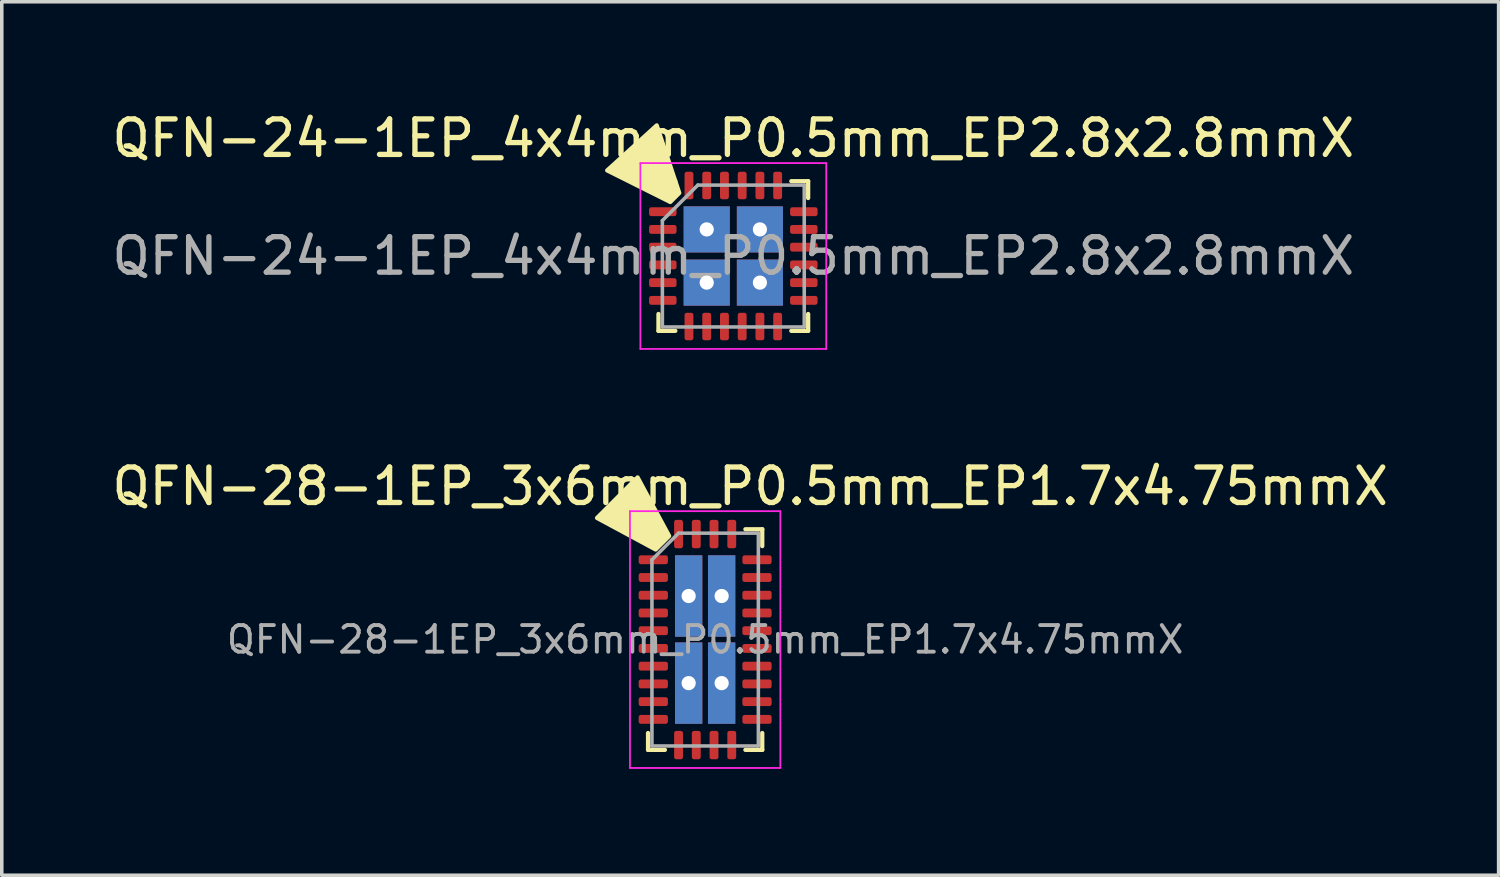
<source format=kicad_pcb>
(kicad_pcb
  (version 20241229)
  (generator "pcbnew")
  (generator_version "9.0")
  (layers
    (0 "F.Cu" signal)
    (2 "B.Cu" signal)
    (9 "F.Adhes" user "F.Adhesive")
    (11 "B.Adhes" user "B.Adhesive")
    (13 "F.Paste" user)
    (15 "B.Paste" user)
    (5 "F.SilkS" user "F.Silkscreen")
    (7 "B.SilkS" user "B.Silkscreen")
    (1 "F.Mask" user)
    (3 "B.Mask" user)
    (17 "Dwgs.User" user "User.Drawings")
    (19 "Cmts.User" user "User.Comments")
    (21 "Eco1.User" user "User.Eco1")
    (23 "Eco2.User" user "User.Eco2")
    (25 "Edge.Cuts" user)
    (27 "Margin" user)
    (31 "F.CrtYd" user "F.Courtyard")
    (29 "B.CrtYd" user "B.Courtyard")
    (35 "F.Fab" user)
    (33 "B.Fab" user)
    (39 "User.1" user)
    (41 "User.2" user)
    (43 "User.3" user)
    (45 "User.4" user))
  (footprint "QFN-24-1EP_4x4mm_P0.5mm_EP2.8x2.8mmX"
    (layer "F.Cu")
    (at 17.625 4.168)
    (property "Reference" "QFN-24-1EP_4x4mm_P0.5mm_EP2.8x2.8mmX" (at 0 -3.32 0) (layer "F.SilkS") (effects (font (size 1 1) (thickness 0.15))))
    (attr smd)
    (fp_line (start -2.11 2.11) (end -2.11 1.635) (stroke (width 0.12) (type solid)) (layer "F.SilkS"))
    (fp_line (start -1.635 -2.11) (end -2.11 -2.11) (stroke (width 0.12) (type solid)) (layer "F.SilkS"))
    (fp_line (start -1.635 2.11) (end -2.11 2.11) (stroke (width 0.12) (type solid)) (layer "F.SilkS"))
    (fp_line (start 1.635 -2.11) (end 2.11 -2.11) (stroke (width 0.12) (type solid)) (layer "F.SilkS"))
    (fp_line (start 1.635 2.11) (end 2.11 2.11) (stroke (width 0.12) (type solid)) (layer "F.SilkS"))
    (fp_line (start 2.11 -2.11) (end 2.11 -1.635) (stroke (width 0.12) (type solid)) (layer "F.SilkS"))
    (fp_line (start 2.11 2.11) (end 2.11 1.635) (stroke (width 0.12) (type solid)) (layer "F.SilkS"))
    (fp_poly (pts (xy -1.524 -1.778) (xy -1.778 -1.524) (xy -3.556 -2.413) (xy -2.159 -3.683)) (stroke (width 0.12) (type solid)) (fill yes) (layer "F.SilkS"))
    (fp_line (start -2.62 -2.62) (end -2.62 2.62) (stroke (width 0.05) (type solid)) (layer "F.CrtYd"))
    (fp_line (start -2.62 2.62) (end 2.62 2.62) (stroke (width 0.05) (type solid)) (layer "F.CrtYd"))
    (fp_line (start 2.62 -2.62) (end -2.62 -2.62) (stroke (width 0.05) (type solid)) (layer "F.CrtYd"))
    (fp_line (start 2.62 2.62) (end 2.62 -2.62) (stroke (width 0.05) (type solid)) (layer "F.CrtYd"))
    (fp_line (start -2 -1) (end -1 -2) (stroke (width 0.1) (type solid)) (layer "F.Fab"))
    (fp_line (start -2 2) (end -2 -1) (stroke (width 0.1) (type solid)) (layer "F.Fab"))
    (fp_line (start -1 -2) (end 2 -2) (stroke (width 0.1) (type solid)) (layer "F.Fab"))
    (fp_line (start 2 -2) (end 2 2) (stroke (width 0.1) (type solid)) (layer "F.Fab"))
    (fp_line (start 2 2) (end -2 2) (stroke (width 0.1) (type solid)) (layer "F.Fab"))
    (fp_text user "${REFERENCE}" (at 0 0 0) (layer "F.Fab") (effects (font (size 1 1) (thickness 0.15))))
    (pad "1" smd roundrect (at -1.988 -1.25) (size 0.775 0.25) (layers "F.Cu" "F.Mask" "F.Paste") (roundrect_rratio 0.25))
    (pad "2" smd roundrect (at -1.988 -0.75) (size 0.775 0.25) (layers "F.Cu" "F.Mask" "F.Paste") (roundrect_rratio 0.25))
    (pad "3" smd roundrect (at -1.988 -0.25) (size 0.775 0.25) (layers "F.Cu" "F.Mask" "F.Paste") (roundrect_rratio 0.25))
    (pad "4" smd roundrect (at -1.988 0.25) (size 0.775 0.25) (layers "F.Cu" "F.Mask" "F.Paste") (roundrect_rratio 0.25))
    (pad "5" smd roundrect (at -1.988 0.75) (size 0.775 0.25) (layers "F.Cu" "F.Mask" "F.Paste") (roundrect_rratio 0.25))
    (pad "6" smd roundrect (at -1.988 1.25) (size 0.775 0.25) (layers "F.Cu" "F.Mask" "F.Paste") (roundrect_rratio 0.25))
    (pad "7" smd roundrect (at -1.25 1.988) (size 0.25 0.775) (layers "F.Cu" "F.Mask" "F.Paste") (roundrect_rratio 0.25))
    (pad "8" smd roundrect (at -0.75 1.988) (size 0.25 0.775) (layers "F.Cu" "F.Mask" "F.Paste") (roundrect_rratio 0.25))
    (pad "9" smd roundrect (at -0.25 1.988) (size 0.25 0.775) (layers "F.Cu" "F.Mask" "F.Paste") (roundrect_rratio 0.25))
    (pad "10" smd roundrect (at 0.25 1.988) (size 0.25 0.775) (layers "F.Cu" "F.Mask" "F.Paste") (roundrect_rratio 0.25))
    (pad "11" smd roundrect (at 0.75 1.988) (size 0.25 0.775) (layers "F.Cu" "F.Mask" "F.Paste") (roundrect_rratio 0.25))
    (pad "12" smd roundrect (at 1.25 1.988) (size 0.25 0.775) (layers "F.Cu" "F.Mask" "F.Paste") (roundrect_rratio 0.25))
    (pad "13" smd roundrect (at 1.988 1.25) (size 0.775 0.25) (layers "F.Cu" "F.Mask" "F.Paste") (roundrect_rratio 0.25))
    (pad "14" smd roundrect (at 1.988 0.75) (size 0.775 0.25) (layers "F.Cu" "F.Mask" "F.Paste") (roundrect_rratio 0.25))
    (pad "15" smd roundrect (at 1.988 0.25) (size 0.775 0.25) (layers "F.Cu" "F.Mask" "F.Paste") (roundrect_rratio 0.25))
    (pad "16" smd roundrect (at 1.988 -0.25) (size 0.775 0.25) (layers "F.Cu" "F.Mask" "F.Paste") (roundrect_rratio 0.25))
    (pad "17" smd roundrect (at 1.988 -0.75) (size 0.775 0.25) (layers "F.Cu" "F.Mask" "F.Paste") (roundrect_rratio 0.25))
    (pad "18" smd roundrect (at 1.988 -1.25) (size 0.775 0.25) (layers "F.Cu" "F.Mask" "F.Paste") (roundrect_rratio 0.25))
    (pad "19" smd roundrect (at 1.25 -1.988) (size 0.25 0.775) (layers "F.Cu" "F.Mask" "F.Paste") (roundrect_rratio 0.25))
    (pad "20" smd roundrect (at 0.75 -1.988) (size 0.25 0.775) (layers "F.Cu" "F.Mask" "F.Paste") (roundrect_rratio 0.25))
    (pad "21" smd roundrect (at 0.25 -1.988) (size 0.25 0.775) (layers "F.Cu" "F.Mask" "F.Paste") (roundrect_rratio 0.25))
    (pad "22" smd roundrect (at -0.25 -1.988) (size 0.25 0.775) (layers "F.Cu" "F.Mask" "F.Paste") (roundrect_rratio 0.25))
    (pad "23" smd roundrect (at -0.75 -1.988) (size 0.25 0.775) (layers "F.Cu" "F.Mask" "F.Paste") (roundrect_rratio 0.25))
    (pad "24" smd roundrect (at -1.25 -1.988) (size 0.25 0.775) (layers "F.Cu" "F.Mask" "F.Paste") (roundrect_rratio 0.25))
    (pad "25" thru_hole rect (at -0.75 -0.75) (size 1.3 1.3) (drill 0.4) (layers "*.Cu" "*.Mask"))
    (pad "26" thru_hole rect (at 0.75 -0.75) (size 1.3 1.3) (drill 0.4) (layers "*.Cu" "*.Mask"))
    (pad "27" thru_hole rect (at 0.75 0.75) (size 1.3 1.3) (drill 0.4) (layers "*.Cu" "*.Mask"))
    (pad "28" thru_hole rect (at -0.75 0.75) (size 1.3 1.3) (drill 0.4) (layers "*.Cu" "*.Mask")))
  (footprint "QFN-28-1EP_3x6mm_P0.5mm_EP1.7x4.75mmX"
    (layer "F.Cu")
    (at 16.831 14.982)
    (property "Reference" "QFN-28-1EP_3x6mm_P0.5mm_EP1.7x4.75mmX" (at 1.27 -4.32 0) (layer "F.SilkS") (effects (font (size 1 1) (thickness 0.15))))
    (attr smd)
    (fp_line (start -1.61 3.11) (end -1.61 2.635) (stroke (width 0.12) (type solid)) (layer "F.SilkS"))
    (fp_line (start -1.135 3.11) (end -1.61 3.11) (stroke (width 0.12) (type solid)) (layer "F.SilkS"))
    (fp_line (start 1.135 -3.11) (end 1.61 -3.11) (stroke (width 0.12) (type solid)) (layer "F.SilkS"))
    (fp_line (start 1.135 3.11) (end 1.61 3.11) (stroke (width 0.12) (type solid)) (layer "F.SilkS"))
    (fp_line (start 1.61 -3.11) (end 1.61 -2.635) (stroke (width 0.12) (type solid)) (layer "F.SilkS"))
    (fp_line (start 1.61 3.11) (end 1.61 2.635) (stroke (width 0.12) (type solid)) (layer "F.SilkS"))
    (fp_poly (pts (xy -1.016 -2.921) (xy -1.397 -2.54) (xy -3.048 -3.429) (xy -1.905 -4.572)) (stroke (width 0.12) (type solid)) (fill yes) (layer "F.SilkS"))
    (fp_line (start -2.12 -3.62) (end -2.12 3.62) (stroke (width 0.05) (type solid)) (layer "F.CrtYd"))
    (fp_line (start -2.12 3.62) (end 2.12 3.62) (stroke (width 0.05) (type solid)) (layer "F.CrtYd"))
    (fp_line (start 2.12 -3.62) (end -2.12 -3.62) (stroke (width 0.05) (type solid)) (layer "F.CrtYd"))
    (fp_line (start 2.12 3.62) (end 2.12 -3.62) (stroke (width 0.05) (type solid)) (layer "F.CrtYd"))
    (fp_line (start -1.5 -2.25) (end -0.75 -3) (stroke (width 0.1) (type solid)) (layer "F.Fab"))
    (fp_line (start -1.5 3) (end -1.5 -2.25) (stroke (width 0.1) (type solid)) (layer "F.Fab"))
    (fp_line (start -0.75 -3) (end 1.5 -3) (stroke (width 0.1) (type solid)) (layer "F.Fab"))
    (fp_line (start 1.5 -3) (end 1.5 3) (stroke (width 0.1) (type solid)) (layer "F.Fab"))
    (fp_line (start 1.5 3) (end -1.5 3) (stroke (width 0.1) (type solid)) (layer "F.Fab"))
    (fp_text user "${REFERENCE}" (at 0 0 0) (layer "F.Fab") (effects (font (size 0.75 0.75) (thickness 0.11))))
    (pad "1" smd roundrect (at -1.462 -2.25) (size 0.825 0.25) (layers "F.Cu" "F.Mask" "F.Paste") (roundrect_rratio 0.25))
    (pad "2" smd roundrect (at -1.462 -1.75) (size 0.825 0.25) (layers "F.Cu" "F.Mask" "F.Paste") (roundrect_rratio 0.25))
    (pad "3" smd roundrect (at -1.462 -1.25) (size 0.825 0.25) (layers "F.Cu" "F.Mask" "F.Paste") (roundrect_rratio 0.25))
    (pad "4" smd roundrect (at -1.462 -0.75) (size 0.825 0.25) (layers "F.Cu" "F.Mask" "F.Paste") (roundrect_rratio 0.25))
    (pad "5" smd roundrect (at -1.462 -0.25) (size 0.825 0.25) (layers "F.Cu" "F.Mask" "F.Paste") (roundrect_rratio 0.25))
    (pad "6" smd roundrect (at -1.462 0.25) (size 0.825 0.25) (layers "F.Cu" "F.Mask" "F.Paste") (roundrect_rratio 0.25))
    (pad "7" smd roundrect (at -1.462 0.75) (size 0.825 0.25) (layers "F.Cu" "F.Mask" "F.Paste") (roundrect_rratio 0.25))
    (pad "8" smd roundrect (at -1.462 1.25) (size 0.825 0.25) (layers "F.Cu" "F.Mask" "F.Paste") (roundrect_rratio 0.25))
    (pad "9" smd roundrect (at -1.462 1.75) (size 0.825 0.25) (layers "F.Cu" "F.Mask" "F.Paste") (roundrect_rratio 0.25))
    (pad "10" smd roundrect (at -1.462 2.25) (size 0.825 0.25) (layers "F.Cu" "F.Mask" "F.Paste") (roundrect_rratio 0.25))
    (pad "11" smd roundrect (at -0.75 2.975) (size 0.25 0.8) (layers "F.Cu" "F.Mask" "F.Paste") (roundrect_rratio 0.25))
    (pad "12" smd roundrect (at -0.25 2.975) (size 0.25 0.8) (layers "F.Cu" "F.Mask" "F.Paste") (roundrect_rratio 0.25))
    (pad "13" smd roundrect (at 0.25 2.975) (size 0.25 0.8) (layers "F.Cu" "F.Mask" "F.Paste") (roundrect_rratio 0.25))
    (pad "14" smd roundrect (at 0.75 2.975) (size 0.25 0.8) (layers "F.Cu" "F.Mask" "F.Paste") (roundrect_rratio 0.25))
    (pad "15" smd roundrect (at 1.462 2.25) (size 0.825 0.25) (layers "F.Cu" "F.Mask" "F.Paste") (roundrect_rratio 0.25))
    (pad "16" smd roundrect (at 1.462 1.75) (size 0.825 0.25) (layers "F.Cu" "F.Mask" "F.Paste") (roundrect_rratio 0.25))
    (pad "17" smd roundrect (at 1.462 1.25) (size 0.825 0.25) (layers "F.Cu" "F.Mask" "F.Paste") (roundrect_rratio 0.25))
    (pad "18" smd roundrect (at 1.462 0.75) (size 0.825 0.25) (layers "F.Cu" "F.Mask" "F.Paste") (roundrect_rratio 0.25))
    (pad "19" smd roundrect (at 1.462 0.25) (size 0.825 0.25) (layers "F.Cu" "F.Mask" "F.Paste") (roundrect_rratio 0.25))
    (pad "20" smd roundrect (at 1.462 -0.25) (size 0.825 0.25) (layers "F.Cu" "F.Mask" "F.Paste") (roundrect_rratio 0.25))
    (pad "21" smd roundrect (at 1.462 -0.75) (size 0.825 0.25) (layers "F.Cu" "F.Mask" "F.Paste") (roundrect_rratio 0.25))
    (pad "22" smd roundrect (at 1.462 -1.25) (size 0.825 0.25) (layers "F.Cu" "F.Mask" "F.Paste") (roundrect_rratio 0.25))
    (pad "23" smd roundrect (at 1.462 -1.75) (size 0.825 0.25) (layers "F.Cu" "F.Mask" "F.Paste") (roundrect_rratio 0.25))
    (pad "24" smd roundrect (at 1.462 -2.25) (size 0.825 0.25) (layers "F.Cu" "F.Mask" "F.Paste") (roundrect_rratio 0.25))
    (pad "25" smd roundrect (at 0.75 -2.975) (size 0.25 0.8) (layers "F.Cu" "F.Mask" "F.Paste") (roundrect_rratio 0.25))
    (pad "26" smd roundrect (at 0.25 -2.975) (size 0.25 0.8) (layers "F.Cu" "F.Mask" "F.Paste") (roundrect_rratio 0.25))
    (pad "27" smd roundrect (at -0.25 -2.975) (size 0.25 0.8) (layers "F.Cu" "F.Mask" "F.Paste") (roundrect_rratio 0.25))
    (pad "28" smd roundrect (at -0.75 -2.975) (size 0.25 0.8) (layers "F.Cu" "F.Mask" "F.Paste") (roundrect_rratio 0.25))
    (pad "29" thru_hole rect (at -0.465 -1.228) (size 0.77 2.295) (drill 0.4) (layers "*.Cu" "*.Mask"))
    (pad "30" thru_hole rect (at 0.465 -1.228) (size 0.77 2.295) (drill 0.4) (layers "*.Cu" "*.Mask"))
    (pad "31" thru_hole rect (at 0.465 1.228) (size 0.77 2.295) (drill 0.4) (layers "*.Cu" "*.Mask"))
    (pad "32" thru_hole rect (at -0.465 1.228) (size 0.77 2.295) (drill 0.4) (layers "*.Cu" "*.Mask")))
  (gr_rect
    (start -3 -3)
    (end 39.202 21.627)
    (stroke (width 0.1) (type default))
    (fill no)
    (layer "Edge.Cuts")))
</source>
